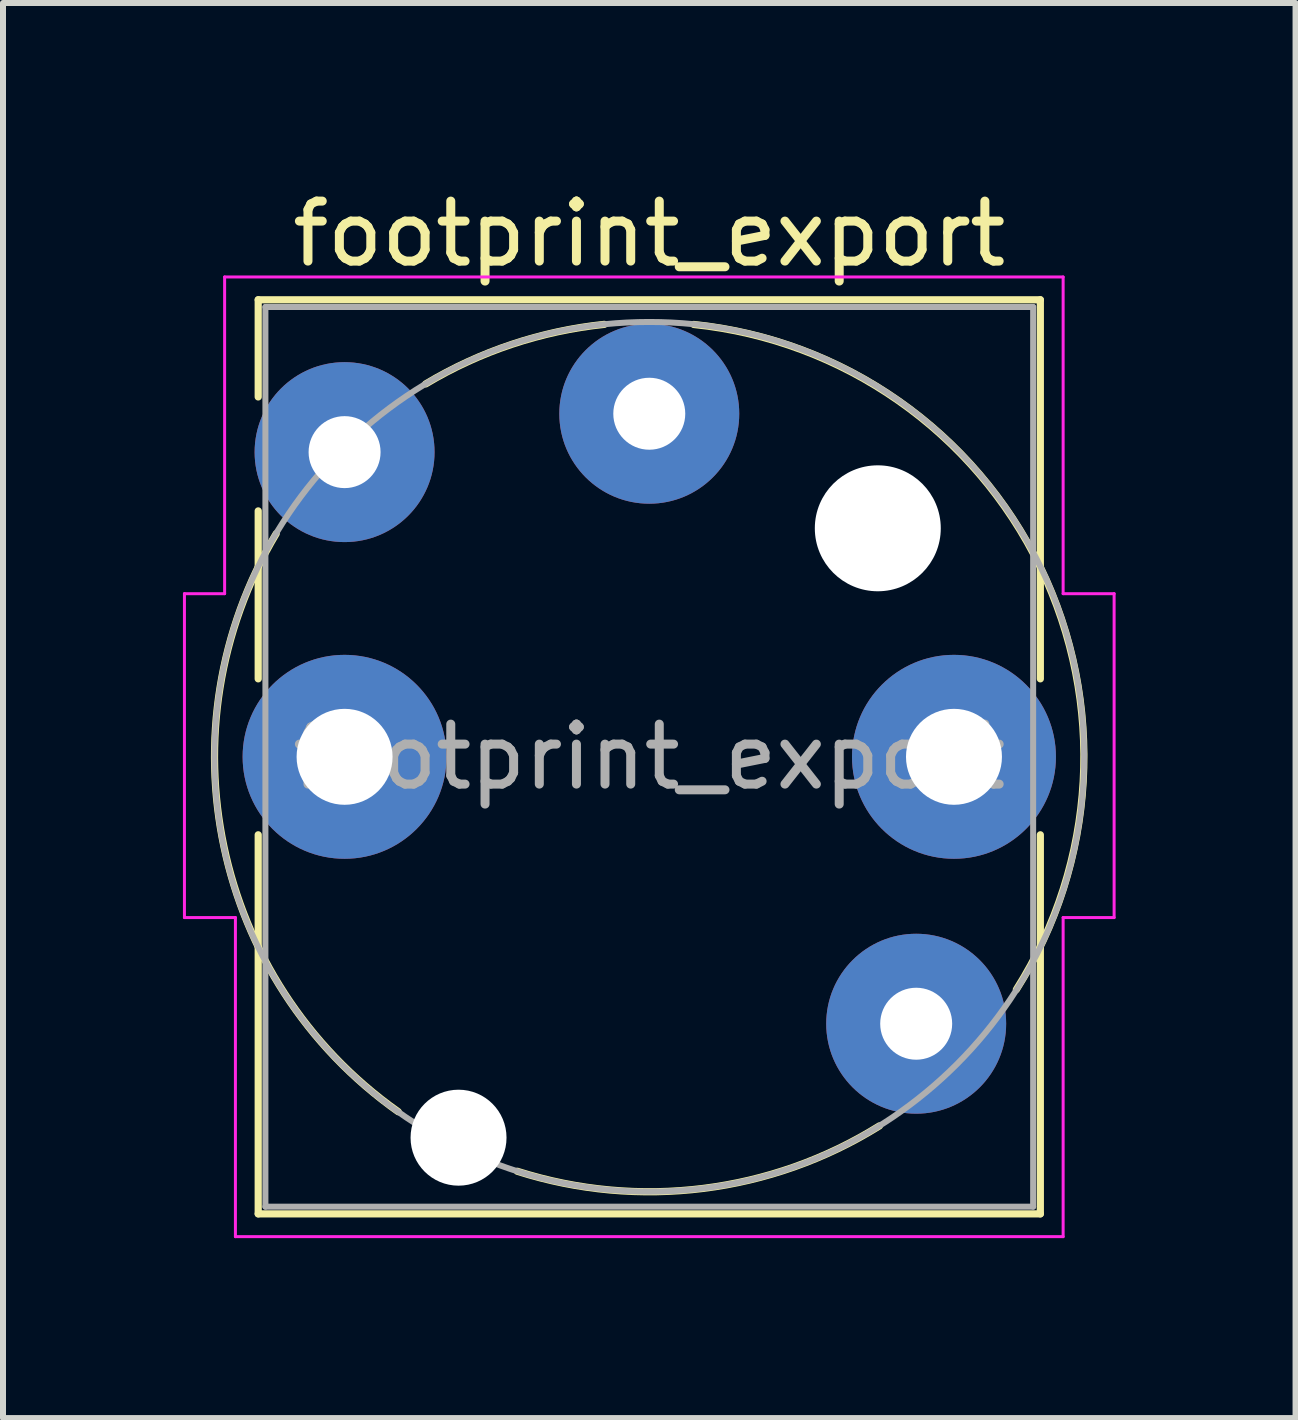
<source format=kicad_pcb>
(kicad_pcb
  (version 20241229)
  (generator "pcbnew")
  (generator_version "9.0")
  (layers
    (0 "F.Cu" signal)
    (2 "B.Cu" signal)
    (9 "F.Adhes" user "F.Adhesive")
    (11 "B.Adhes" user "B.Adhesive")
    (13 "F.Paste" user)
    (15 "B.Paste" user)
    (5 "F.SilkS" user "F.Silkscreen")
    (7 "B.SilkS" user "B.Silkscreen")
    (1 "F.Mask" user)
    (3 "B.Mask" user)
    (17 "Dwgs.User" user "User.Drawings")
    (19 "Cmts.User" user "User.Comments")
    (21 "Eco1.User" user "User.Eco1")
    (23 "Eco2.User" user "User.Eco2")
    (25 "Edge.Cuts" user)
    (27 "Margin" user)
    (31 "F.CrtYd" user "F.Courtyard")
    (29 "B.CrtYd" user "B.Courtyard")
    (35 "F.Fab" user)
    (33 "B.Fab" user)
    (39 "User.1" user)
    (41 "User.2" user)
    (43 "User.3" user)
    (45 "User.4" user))
  (footprint "footprint_export"
    (layer "F.Cu")
    (at 7.775 3.848)
    (property "Reference" "footprint_export" (at 0 -3 0) (layer "F.SilkS") (effects (font (size 1 1) (thickness 0.15))))
    (attr through_hole)
    (fp_line (start -6.52 -1.9) (end -6.52 -0.28) (stroke (width 0.12) (type solid)) (layer "F.SilkS"))
    (fp_line (start -6.52 -1.9) (end 6.52 -1.9) (stroke (width 0.12) (type solid)) (layer "F.SilkS"))
    (fp_line (start -6.52 1.62) (end -6.52 4.42) (stroke (width 0.12) (type solid)) (layer "F.SilkS"))
    (fp_line (start -6.52 7.02) (end -6.52 13.34) (stroke (width 0.12) (type solid)) (layer "F.SilkS"))
    (fp_line (start -6.52 13.34) (end 6.52 13.34) (stroke (width 0.12) (type solid)) (layer "F.SilkS"))
    (fp_line (start 6.52 -1.9) (end 6.52 4.42) (stroke (width 0.12) (type solid)) (layer "F.SilkS"))
    (fp_line (start 6.52 7.02) (end 6.52 13.34) (stroke (width 0.12) (type solid)) (layer "F.SilkS"))
    (fp_arc (start -4.186229 11.636273) (mid -7.091321 7.21665) (end -6.22 2) (stroke (width 0.12) (type solid)) (layer "F.SilkS"))
    (fp_arc (start -3.726809 -0.497515) (mid -2.292752 -1.156764) (end -0.75 -1.49) (stroke (width 0.12) (type solid)) (layer "F.SilkS"))
    (fp_arc (start 0.741615 -1.488246) (mid 6.519796 2.557554) (end 6.12 9.6) (stroke (width 0.12) (type solid)) (layer "F.SilkS"))
    (fp_arc (start 3.836366 11.873893) (mid 0.901303 12.915537) (end -2.2 12.63) (stroke (width 0.12) (type solid)) (layer "F.SilkS"))
    (fp_line (start -7.75 3) (end -7.75 8.4) (stroke (width 0.05) (type solid)) (layer "F.CrtYd"))
    (fp_line (start -7.08 -2.28) (end -7.08 3) (stroke (width 0.05) (type solid)) (layer "F.CrtYd"))
    (fp_line (start -7.08 -2.28) (end 6.9 -2.28) (stroke (width 0.05) (type solid)) (layer "F.CrtYd"))
    (fp_line (start -7.08 3) (end -7.75 3) (stroke (width 0.05) (type solid)) (layer "F.CrtYd"))
    (fp_line (start -6.9 8.4) (end -7.75 8.4) (stroke (width 0.05) (type solid)) (layer "F.CrtYd"))
    (fp_line (start -6.9 8.4) (end -6.9 13.72) (stroke (width 0.05) (type solid)) (layer "F.CrtYd"))
    (fp_line (start -6.9 13.72) (end 6.9 13.72) (stroke (width 0.05) (type solid)) (layer "F.CrtYd"))
    (fp_line (start 6.9 -2.28) (end 6.9 3) (stroke (width 0.05) (type solid)) (layer "F.CrtYd"))
    (fp_line (start 6.9 3) (end 7.75 3) (stroke (width 0.05) (type solid)) (layer "F.CrtYd"))
    (fp_line (start 6.9 8.4) (end 6.9 13.72) (stroke (width 0.05) (type solid)) (layer "F.CrtYd"))
    (fp_line (start 6.9 8.4) (end 7.75 8.4) (stroke (width 0.05) (type solid)) (layer "F.CrtYd"))
    (fp_line (start 7.75 3) (end 7.75 8.4) (stroke (width 0.05) (type solid)) (layer "F.CrtYd"))
    (fp_line (start -6.4 -1.78) (end -6.4 13.22) (stroke (width 0.1) (type solid)) (layer "F.Fab"))
    (fp_line (start -6.4 -1.78) (end 6.4 -1.78) (stroke (width 0.1) (type solid)) (layer "F.Fab"))
    (fp_line (start -6.4 13.22) (end 6.4 13.22) (stroke (width 0.1) (type solid)) (layer "F.Fab"))
    (fp_line (start 6.4 -1.78) (end 6.4 13.22) (stroke (width 0.1) (type solid)) (layer "F.Fab"))
    (fp_circle (center 0 5.72) (end -7.25 5.72) (stroke (width 0.1) (type solid)) (fill no) (layer "F.Fab"))
    (fp_text user "${REFERENCE}" (at 0 5.72 0) (layer "F.Fab") (effects (font (size 1 1) (thickness 0.15))))
    (pad "" np_thru_hole circle (at -3.18 12.07 180) (size 1.6 1.6) (drill 1.6) (layers "*.Cu" "*.Mask"))
    (pad "" np_thru_hole circle (at 3.81 1.91 180) (size 2.1 2.1) (drill 2.1) (layers "*.Cu" "*.Mask"))
    (pad "R" thru_hole circle (at 5.08 5.72 180) (size 3.4 3.4) (drill 1.6) (layers "*.Cu" "*.Mask"))
    (pad "RN" thru_hole circle (at 4.45 10.17 180) (size 3 3) (drill 1.2) (layers "*.Cu" "*.Mask"))
    (pad "S" thru_hole circle (at -5.08 5.72 180) (size 3.4 3.4) (drill 1.6) (layers "*.Cu" "*.Mask"))
    (pad "T" thru_hole circle (at 0 0 180) (size 3 3) (drill 1.2) (layers "*.Cu" "*.Mask"))
    (pad "TN" thru_hole circle (at -5.08 0.64 180) (size 3 3) (drill 1.2) (layers "*.Cu" "*.Mask")))
  (gr_rect
    (start -3 -3)
    (end 18.55 20.593)
    (stroke (width 0.1) (type default))
    (fill no)
    (layer "Edge.Cuts")))
</source>
